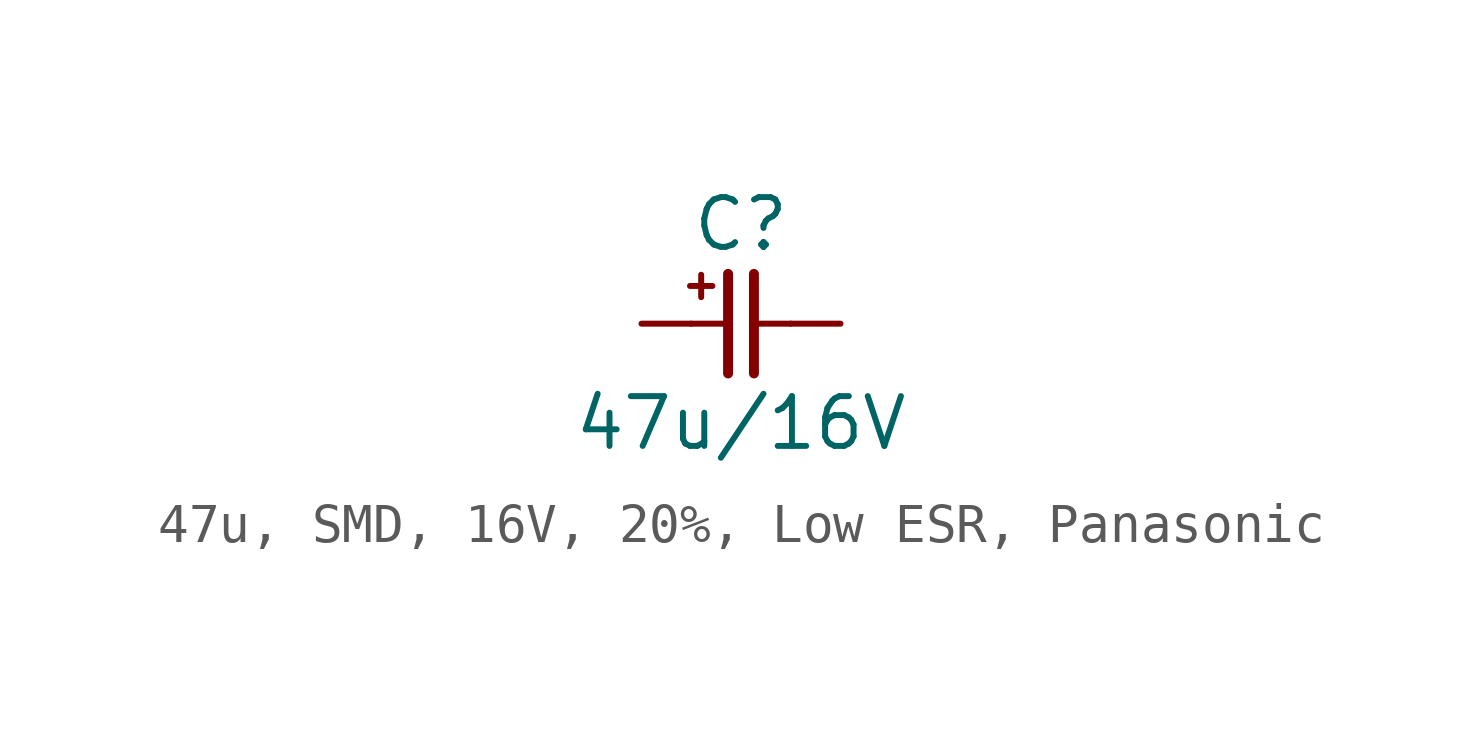
<source format=kicad_sym>
(kicad_symbol_lib
  (version 20241209)
  (generator "kicad_symbol_editor")
  (generator_version "9.0")
  (symbol "47u, SMD, 16V, 20%, Low ESR, Panasonic"
    (pin_numbers
      (hide yes))
    (pin_names
      (offset 0)
      (hide yes))
    (property "Reference" "C"
      (at 0 2.54 0)
      (effects (font (size 1.27 1.27))))
    (property "Value" "47u/16V"
      (at 0 -2.54 0)
      (effects (font (size 1.27 1.27))))
    (symbol "47u, SMD, 16V, 20%, Low ESR, Panasonic_0_0"
      (text "+" (at -1.016 1.016 0) (effects (font (size 0.75 0.75)))))
    (symbol "47u, SMD, 16V, 20%, Low ESR, Panasonic_0_1"
      (polyline (pts (xy -0.33 1.27) (xy -0.33 -1.27)) (stroke (width 0.254) (type default)) (fill (type none)))
      (polyline (pts (xy -0.318 0) (xy -1.27 0)) (stroke (width 0) (type default)) (fill (type none)))
      (polyline (pts (xy 0.33 1.27) (xy 0.33 -1.27)) (stroke (width 0.254) (type default)) (fill (type none)))
      (polyline (pts (xy 1.27 0) (xy 0.318 0)) (stroke (width 0) (type default)) (fill (type none))))
    (symbol "47u, SMD, 16V, 20%, Low ESR, Panasonic_1_1"
      (pin passive line (at -2.54 0 0) (length 1.27) (name "1" (effects (font (size 1.27 1.27)))) (number "1" (effects (font (size 1.27 1.27)))))
      (pin passive line (at 2.54 0 180) (length 1.27) (name "2" (effects (font (size 1.27 1.27)))) (number "2" (effects (font (size 1.27 1.27))))))))
</source>
